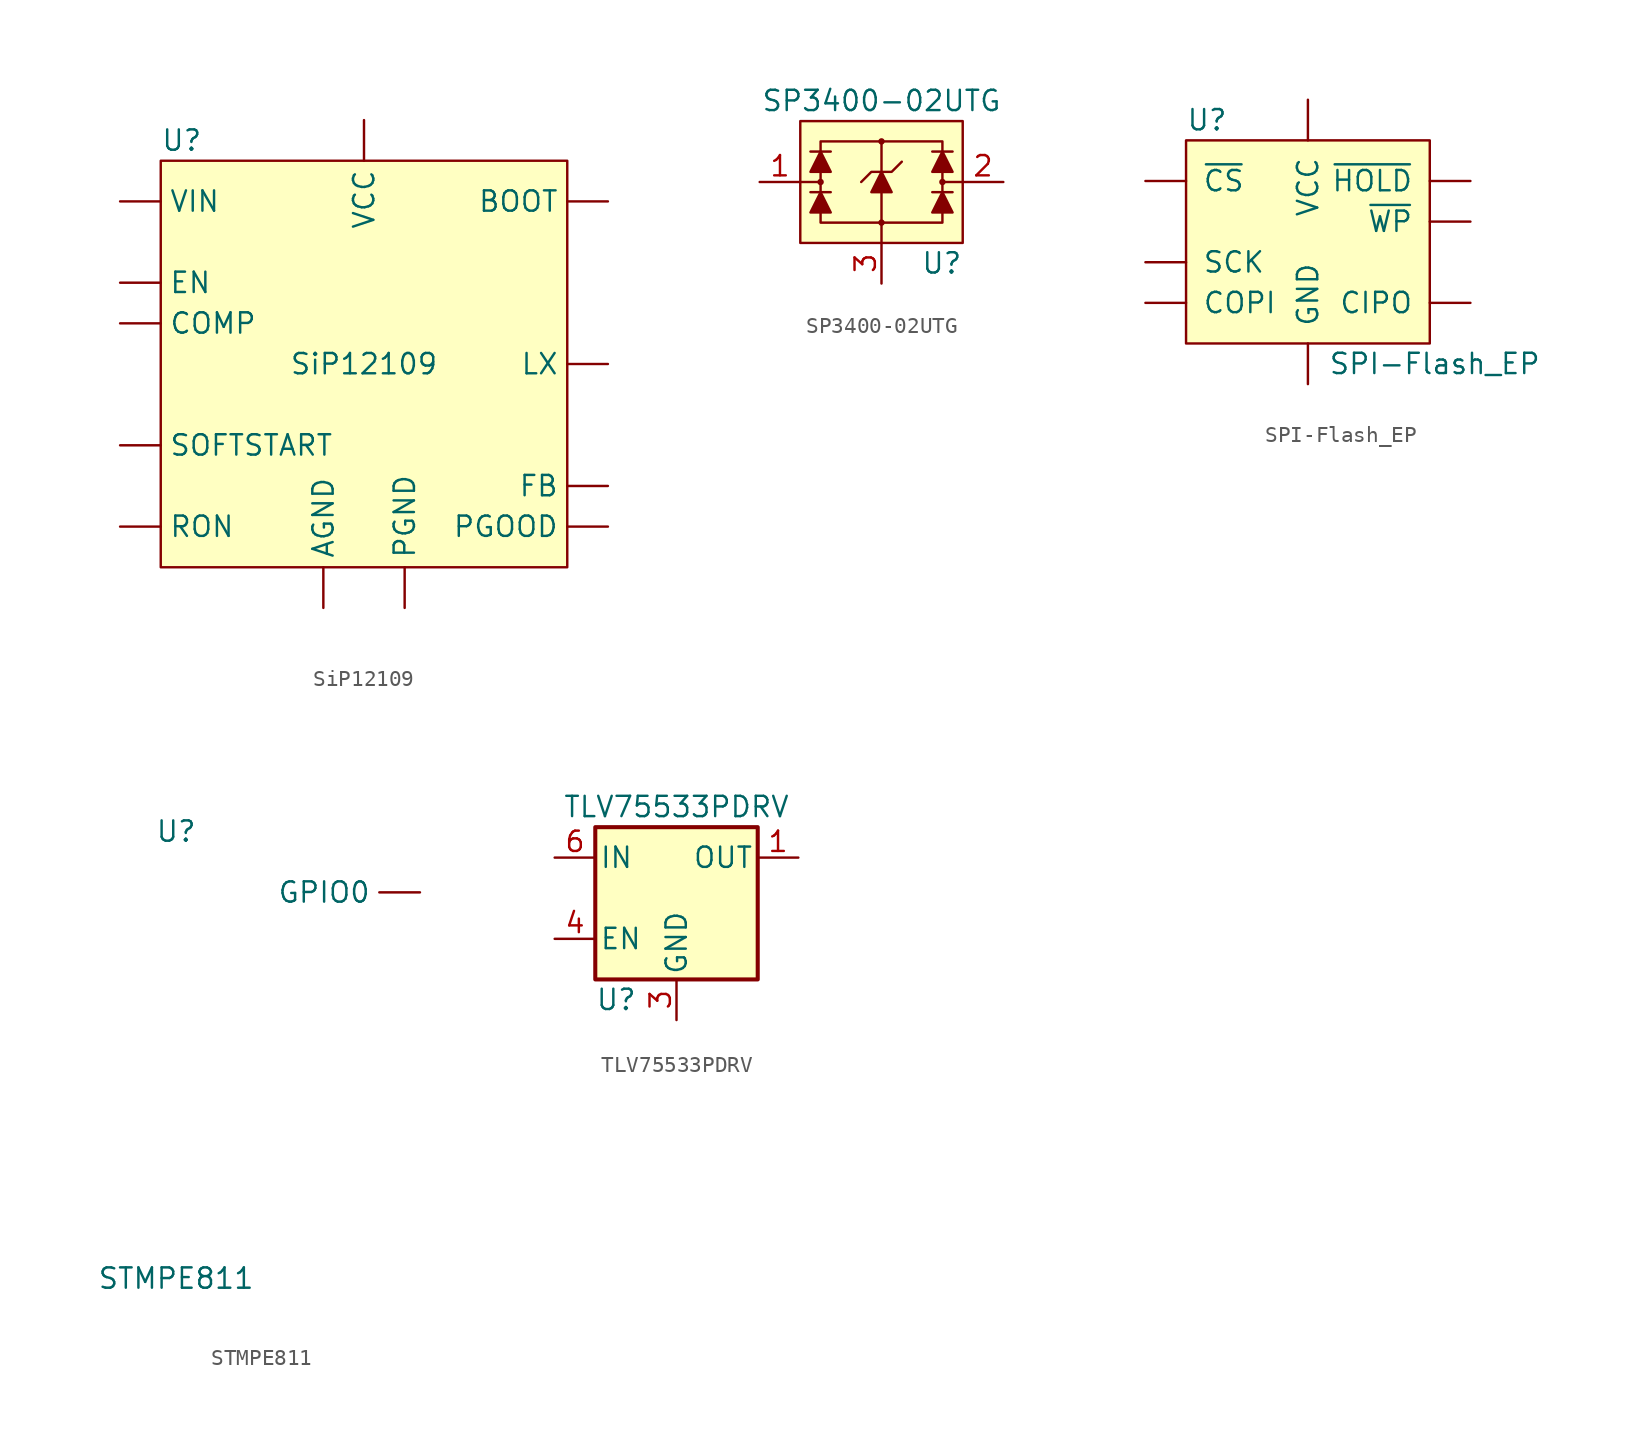
<source format=kicad_sym>
(kicad_symbol_lib
  (version 20211014)
  (generator kicad_symbol_editor)
  (symbol "SiP12109"
    (pin_numbers hide)
    (property "Reference" "U"
      (at -12.7 13.97 0)
      (effects (font (size 1.27 1.27)) (justify left)))
    (property "Value" "SiP12109"
      (at 0 0 0)
      (effects (font (size 1.27 1.27))))
    (symbol "SiP12109_0_1"
      (rectangle (start -12.7 12.7) (end 12.7 -12.7) (stroke (width 0.152) (type default) (color 0 0 0 0)) (fill (type background))))
    (symbol "SiP12109_1_1"
      (pin power_in line (at -15.24 10.16 0) (length 2.54) (name "VIN" (effects (font (size 1.27 1.27)))) (number "1" (effects (font (size 1.27 1.27)))))
      (pin power_out line (at 15.24 0 180) (length 2.54) (name "LX" (effects (font (size 1.27 1.27)))) (number "10" (effects (font (size 1.27 1.27)))))
      (pin passive line (at 15.24 0 180) (length 2.54) hide (name "LX" (effects (font (size 1.27 1.27)))) (number "11" (effects (font (size 1.27 1.27)))))
      (pin passive line (at 15.24 0 180) (length 2.54) hide (name "LX" (effects (font (size 1.27 1.27)))) (number "12" (effects (font (size 1.27 1.27)))))
      (pin output line (at 15.24 10.16 180) (length 2.54) (name "BOOT" (effects (font (size 1.27 1.27)))) (number "13" (effects (font (size 1.27 1.27)))))
      (pin power_in line (at 2.54 -15.24 90) (length 2.54) (name "PGND" (effects (font (size 1.27 1.27)))) (number "14" (effects (font (size 1.27 1.27)))))
      (pin passive line (at 2.54 -15.24 90) (length 2.54) hide (name "PGND" (effects (font (size 1.27 1.27)))) (number "15" (effects (font (size 1.27 1.27)))))
      (pin passive line (at -15.24 10.16 0) (length 2.54) hide (name "VIN" (effects (font (size 1.27 1.27)))) (number "16" (effects (font (size 1.27 1.27)))))
      (pin passive line (at 2.54 -15.24 90) (length 2.54) hide (name "PGND" (effects (font (size 1.27 1.27)))) (number "17" (effects (font (size 1.27 1.27)))))
      (pin power_out line (at 0 15.24 270) (length 2.54) (name "VCC" (effects (font (size 1.27 1.27)))) (number "2" (effects (font (size 1.27 1.27)))))
      (pin power_in line (at -2.54 -15.24 90) (length 2.54) (name "AGND" (effects (font (size 1.27 1.27)))) (number "3" (effects (font (size 1.27 1.27)))))
      (pin output line (at -15.24 -10.16 0) (length 2.54) (name "RON" (effects (font (size 1.27 1.27)))) (number "4" (effects (font (size 1.27 1.27)))))
      (pin input line (at -15.24 2.54 0) (length 2.54) (name "COMP" (effects (font (size 1.27 1.27)))) (number "5" (effects (font (size 1.27 1.27)))))
      (pin input line (at 15.24 -7.62 180) (length 2.54) (name "FB" (effects (font (size 1.27 1.27)))) (number "6" (effects (font (size 1.27 1.27)))))
      (pin output line (at -15.24 -5.08 0) (length 2.54) (name "SOFTSTART" (effects (font (size 1.27 1.27)))) (number "7" (effects (font (size 1.27 1.27)))))
      (pin input line (at -15.24 5.08 0) (length 2.54) (name "EN" (effects (font (size 1.27 1.27)))) (number "8" (effects (font (size 1.27 1.27)))))
      (pin open_collector line (at 15.24 -10.16 180) (length 2.54) (name "PGOOD" (effects (font (size 1.27 1.27)))) (number "9" (effects (font (size 1.27 1.27)))))))
  (symbol "SP3400-02UTG"
    (pin_names hide)
    (property "Reference" "U"
      (at 5.08 -5.08 0)
      (effects (font (size 1.27 1.27)) (justify right)))
    (property "Value" "SP3400-02UTG"
      (at 0 5.08 0)
      (effects (font (size 1.27 1.27))))
    (symbol "SP3400-02UTG_0_1"
      (rectangle (start -5.08 3.81) (end 5.08 -3.81) (stroke (width 0.152) (type default) (color 0 0 0 0)) (fill (type background)))
      (circle (center -3.81 0) (radius 0.127) (stroke (width 0.152) (type default) (color 0 0 0 0)) (fill (type none)))
      (circle (center 0 -2.54) (radius 0.127) (stroke (width 0.152) (type default) (color 0 0 0 0)) (fill (type none)))
      (polyline (pts (xy -4.445 -0.635) (xy -3.175 -0.635)) (stroke (width 0.152) (type default) (color 0 0 0 0)) (fill (type none)))
      (polyline (pts (xy -4.445 1.905) (xy -3.175 1.905)) (stroke (width 0.152) (type default) (color 0 0 0 0)) (fill (type none)))
      (polyline (pts (xy -3.81 0) (xy -5.08 0)) (stroke (width 0.152) (type default) (color 0 0 0 0)) (fill (type none)))
      (polyline (pts (xy -3.81 0.635) (xy -3.81 -0.635)) (stroke (width 0.152) (type default) (color 0 0 0 0)) (fill (type none)))
      (polyline (pts (xy 0 -2.54) (xy 0 -3.81)) (stroke (width 0.152) (type default) (color 0 0 0 0)) (fill (type none)))
      (polyline (pts (xy 0 -2.54) (xy 0 -0.635)) (stroke (width 0.152) (type default) (color 0 0 0 0)) (fill (type none)))
      (polyline (pts (xy 0 2.54) (xy 0 0.635)) (stroke (width 0.152) (type default) (color 0 0 0 0)) (fill (type none)))
      (polyline (pts (xy 3.175 -0.635) (xy 4.445 -0.635)) (stroke (width 0.152) (type default) (color 0 0 0 0)) (fill (type none)))
      (polyline (pts (xy 3.175 1.905) (xy 4.445 1.905)) (stroke (width 0.152) (type default) (color 0 0 0 0)) (fill (type none)))
      (polyline (pts (xy 3.81 0.635) (xy 3.81 -0.635)) (stroke (width 0.152) (type default) (color 0 0 0 0)) (fill (type none)))
      (polyline (pts (xy 5.08 0) (xy 3.81 0)) (stroke (width 0.152) (type default) (color 0 0 0 0)) (fill (type none)))
      (polyline (pts (xy -3.81 -0.635) (xy -4.445 -1.905) (xy -3.175 -1.905) (xy -3.81 -0.635)) (stroke (width 0.152) (type default) (color 0 0 0 0)) (fill (type outline)))
      (polyline (pts (xy -3.81 1.905) (xy -4.445 0.635) (xy -3.175 0.635) (xy -3.81 1.905)) (stroke (width 0.152) (type default) (color 0 0 0 0)) (fill (type outline)))
      (polyline (pts (xy -3.81 1.905) (xy -3.81 2.54) (xy 3.81 2.54) (xy 3.81 1.905)) (stroke (width 0.152) (type default) (color 0 0 0 0)) (fill (type none)))
      (polyline (pts (xy -1.27 0) (xy -0.635 0.635) (xy 0.635 0.635) (xy 1.27 1.27)) (stroke (width 0.152) (type default) (color 0 0 0 0)) (fill (type none)))
      (polyline (pts (xy 0 0.635) (xy -0.635 -0.635) (xy 0.635 -0.635) (xy 0 0.635)) (stroke (width 0.152) (type default) (color 0 0 0 0)) (fill (type outline)))
      (polyline (pts (xy 3.81 -1.905) (xy 3.81 -2.54) (xy -3.81 -2.54) (xy -3.81 -1.905)) (stroke (width 0.152) (type default) (color 0 0 0 0)) (fill (type none)))
      (polyline (pts (xy 3.81 -0.635) (xy 3.175 -1.905) (xy 4.445 -1.905) (xy 3.81 -0.635)) (stroke (width 0.152) (type default) (color 0 0 0 0)) (fill (type outline)))
      (polyline (pts (xy 3.81 1.905) (xy 3.175 0.635) (xy 4.445 0.635) (xy 3.81 1.905)) (stroke (width 0.152) (type default) (color 0 0 0 0)) (fill (type outline)))
      (circle (center 0 2.54) (radius 0.127) (stroke (width 0.152) (type default) (color 0 0 0 0)) (fill (type none)))
      (circle (center 3.81 0) (radius 0.127) (stroke (width 0.152) (type default) (color 0 0 0 0)) (fill (type none))))
    (symbol "SP3400-02UTG_1_1"
      (pin passive line (at -7.62 0 0) (length 2.54) (name "IO1" (effects (font (size 1.27 1.27)))) (number "1" (effects (font (size 1.27 1.27)))))
      (pin passive line (at 7.62 0 180) (length 2.54) (name "IO2" (effects (font (size 1.27 1.27)))) (number "2" (effects (font (size 1.27 1.27)))))
      (pin passive line (at 0 -6.35 90) (length 2.54) (name "GND" (effects (font (size 1.27 1.27)))) (number "3" (effects (font (size 1.27 1.27)))))
      (pin passive line (at 0 -6.35 90) (length 2.54) hide (name "GND" (effects (font (size 1.27 1.27)))) (number "4" (effects (font (size 1.27 1.27)))))
      (pin passive line (at 7.62 0 180) (length 2.54) hide (name "NC" (effects (font (size 1.27 1.27)))) (number "5" (effects (font (size 1.27 1.27)))))
      (pin passive line (at -7.62 0 0) (length 2.54) hide (name "NC" (effects (font (size 1.27 1.27)))) (number "6" (effects (font (size 1.27 1.27)))))))
  (symbol "SPI-Flash_EP"
    (pin_numbers hide)
    (pin_names
      (offset 1.016))
    (property "Reference" "U"
      (at -7.62 6.35 0)
      (effects (font (size 1.27 1.27)) (justify left)))
    (property "Value" "SPI-Flash_EP"
      (at 1.27 -8.89 0)
      (effects (font (size 1.27 1.27)) (justify left)))
    (symbol "SPI-Flash_EP_0_1"
      (rectangle (start -7.62 5.08) (end 7.62 -7.62) (stroke (width 0) (type default) (color 0 0 0 0)) (fill (type background))))
    (symbol "SPI-Flash_EP_1_1"
      (pin input line (at -10.16 2.54 0) (length 2.54) (name "~{CS}" (effects (font (size 1.27 1.27)))) (number "1" (effects (font (size 1.27 1.27)))))
      (pin tri_state line (at 10.16 -5.08 180) (length 2.54) (name "CIPO" (effects (font (size 1.27 1.27)))) (number "2" (effects (font (size 1.27 1.27)))))
      (pin input line (at 10.16 0 180) (length 2.54) (name "~{WP}" (effects (font (size 1.27 1.27)))) (number "3" (effects (font (size 1.27 1.27)))))
      (pin passive line (at 0 -10.16 90) (length 2.54) (name "GND" (effects (font (size 1.27 1.27)))) (number "4" (effects (font (size 1.27 1.27)))))
      (pin input line (at -10.16 -5.08 0) (length 2.54) (name "COPI" (effects (font (size 1.27 1.27)))) (number "5" (effects (font (size 1.27 1.27)))))
      (pin input line (at -10.16 -2.54 0) (length 2.54) (name "SCK" (effects (font (size 1.27 1.27)))) (number "6" (effects (font (size 1.27 1.27)))))
      (pin input line (at 10.16 2.54 180) (length 2.54) (name "~{HOLD}" (effects (font (size 1.27 1.27)))) (number "7" (effects (font (size 1.27 1.27)))))
      (pin power_in line (at 0 7.62 270) (length 2.54) (name "VCC" (effects (font (size 1.27 1.27)))) (number "8" (effects (font (size 1.27 1.27)))))
      (pin input line (at 0 -10.16 90) (length 2.54) hide (name "GND" (effects (font (size 1.27 1.27)))) (number "9" (effects (font (size 1.27 1.27)))))))
  (symbol "STMPE811"
    (pin_numbers hide)
    (property "Reference" "U"
      (at 0 13.97 0)
      (effects (font (size 1.27 1.27))))
    (property "Value" "STMPE811"
      (at 0 -13.97 0)
      (effects (font (size 1.27 1.27))))
    (symbol "STMPE811_1_1"
      (pin bidirectional line (at 15.24 10.16 180) (length 2.54) (name "GPIO0" (effects (font (size 1.27 1.27)))) (number "8" (effects (font (size 1.27 1.27)))) (alternate "IN0" input line))))
  (symbol "TLV75533PDRV"
    (pin_names
      (offset 0.254))
    (property "Reference" "U"
      (at -5.08 -6.35 0)
      (effects (font (size 1.27 1.27)) (justify left)))
    (property "Value" "TLV75533PDRV"
      (at 0 5.715 0)
      (effects (font (size 1.27 1.27))))
    (symbol "TLV75533PDRV_0_1"
      (rectangle (start -5.08 4.445) (end 5.08 -5.08) (stroke (width 0.254) (type default) (color 0 0 0 0)) (fill (type background))))
    (symbol "TLV75533PDRV_1_1"
      (pin power_out line (at 7.62 2.54 180) (length 2.54) (name "OUT" (effects (font (size 1.27 1.27)))) (number "1" (effects (font (size 1.27 1.27)))))
      (pin passive line (at 0 -7.62 90) (length 2.54) hide (name "NC" (effects (font (size 1.27 1.27)))) (number "2" (effects (font (size 1.27 1.27)))))
      (pin power_in line (at 0 -7.62 90) (length 2.54) (name "GND" (effects (font (size 1.27 1.27)))) (number "3" (effects (font (size 1.27 1.27)))))
      (pin input line (at -7.62 -2.54 0) (length 2.54) (name "EN" (effects (font (size 1.27 1.27)))) (number "4" (effects (font (size 1.27 1.27)))))
      (pin passive line (at 0 -7.62 90) (length 2.54) hide (name "NC" (effects (font (size 1.27 1.27)))) (number "5" (effects (font (size 1.27 1.27)))))
      (pin power_in line (at -7.62 2.54 0) (length 2.54) (name "IN" (effects (font (size 1.27 1.27)))) (number "6" (effects (font (size 1.27 1.27)))))
      (pin passive line (at 0 -7.62 90) (length 2.54) hide (name "GND" (effects (font (size 1.27 1.27)))) (number "7" (effects (font (size 1.27 1.27))))))))
</source>
